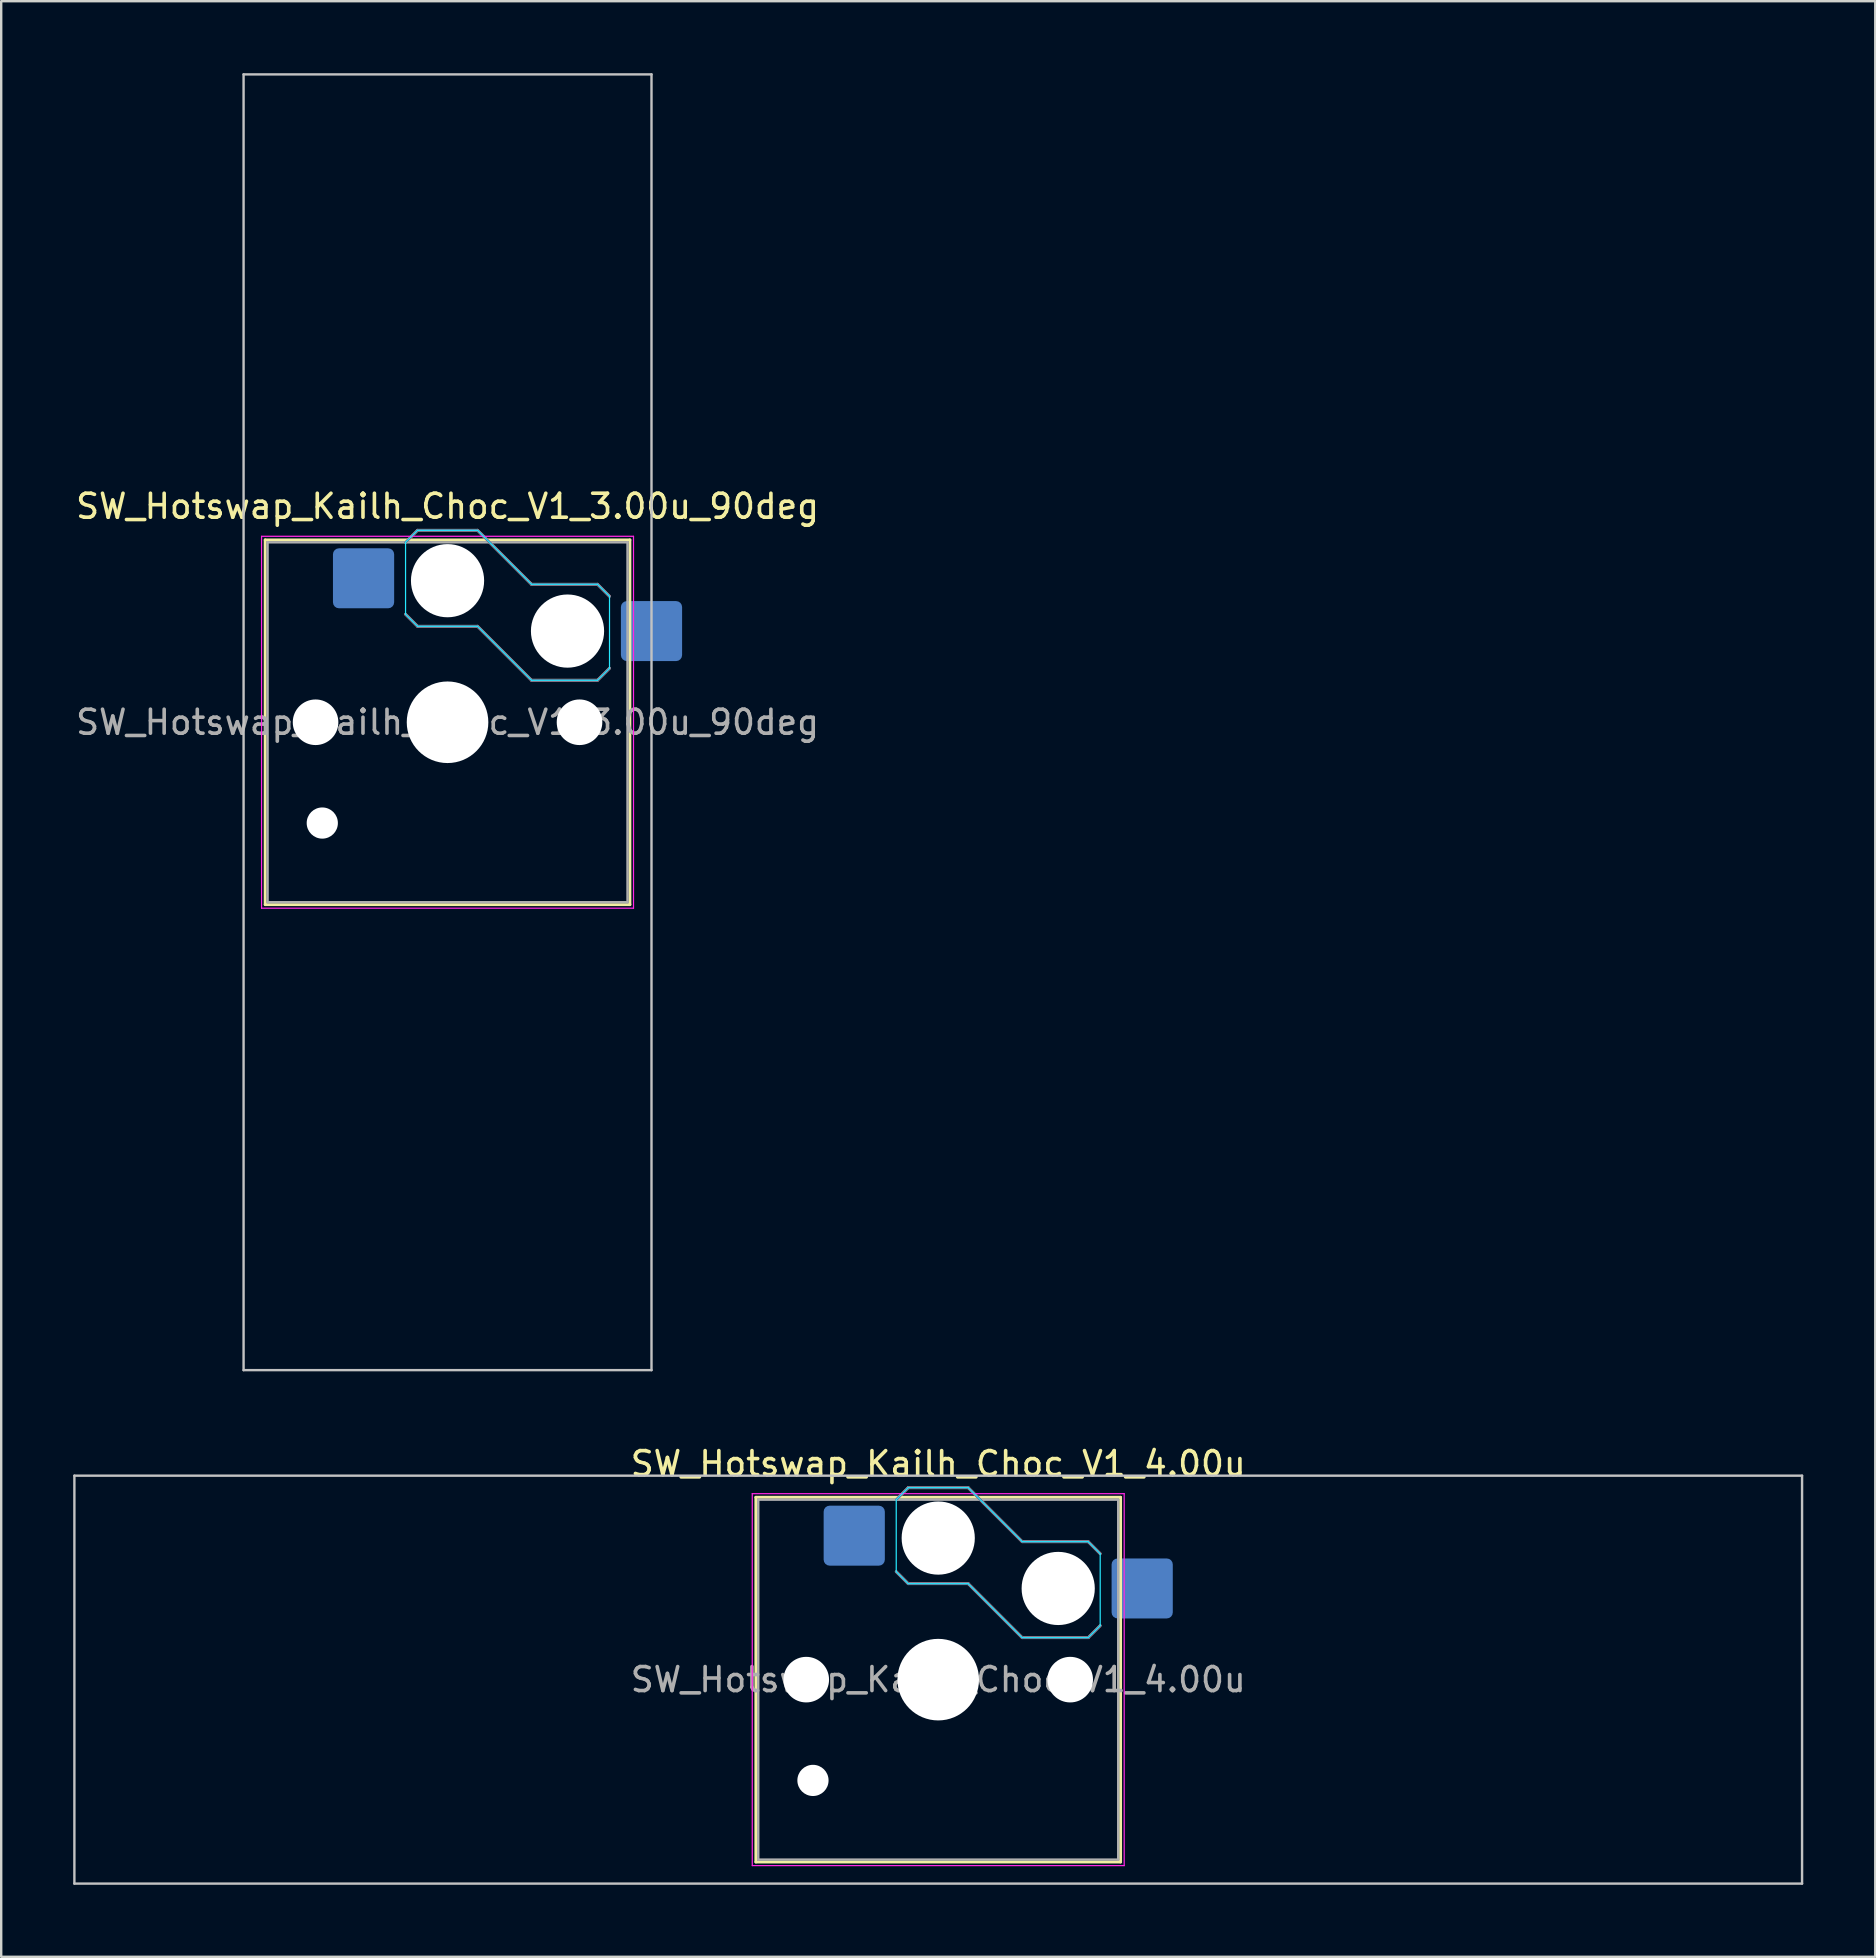
<source format=kicad_pcb>
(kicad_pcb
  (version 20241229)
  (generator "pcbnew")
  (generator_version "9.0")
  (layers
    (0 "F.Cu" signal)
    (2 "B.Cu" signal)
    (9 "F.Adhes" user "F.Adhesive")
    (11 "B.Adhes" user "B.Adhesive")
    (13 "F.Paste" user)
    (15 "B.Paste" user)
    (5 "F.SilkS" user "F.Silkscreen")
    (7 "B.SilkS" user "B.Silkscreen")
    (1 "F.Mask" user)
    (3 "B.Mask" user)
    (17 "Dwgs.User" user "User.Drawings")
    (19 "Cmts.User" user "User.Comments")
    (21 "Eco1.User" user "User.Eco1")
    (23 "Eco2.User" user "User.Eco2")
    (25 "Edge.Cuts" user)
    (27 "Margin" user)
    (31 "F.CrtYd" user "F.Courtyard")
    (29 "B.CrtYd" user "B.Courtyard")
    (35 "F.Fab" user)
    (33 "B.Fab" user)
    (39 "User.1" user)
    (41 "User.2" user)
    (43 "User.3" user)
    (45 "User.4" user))
  (footprint "SW_Hotswap_Kailh_Choc_V1_3.00u_90deg"
    (layer "F.Cu")
    (at 15.601 27.05)
    (property "Reference" "SW_Hotswap_Kailh_Choc_V1_3.00u_90deg" (at 0 -9 0) (layer "F.SilkS") (effects (font (size 1 1) (thickness 0.15))))
    (attr smd)
    (fp_line (start -7.6 -7.6) (end -7.6 7.6) (stroke (width 0.12) (type solid)) (layer "F.SilkS"))
    (fp_line (start -7.6 7.6) (end 7.6 7.6) (stroke (width 0.12) (type solid)) (layer "F.SilkS"))
    (fp_line (start 7.6 -7.6) (end -7.6 -7.6) (stroke (width 0.12) (type solid)) (layer "F.SilkS"))
    (fp_line (start 7.6 7.6) (end 7.6 -7.6) (stroke (width 0.12) (type solid)) (layer "F.SilkS"))
    (fp_line (start -1.75 -7.5) (end -1.25 -8) (stroke (width 0.12) (type solid)) (layer "B.SilkS"))
    (fp_line (start -1.25 -8) (end 1.25 -8) (stroke (width 0.12) (type solid)) (layer "B.SilkS"))
    (fp_line (start -1.25 -4) (end -1.75 -4.5) (stroke (width 0.12) (type solid)) (layer "B.SilkS"))
    (fp_line (start 1.25 -8) (end 3.5 -5.75) (stroke (width 0.12) (type solid)) (layer "B.SilkS"))
    (fp_line (start 1.25 -4) (end -1.25 -4) (stroke (width 0.12) (type solid)) (layer "B.SilkS"))
    (fp_line (start 3.5 -5.75) (end 6.25 -5.75) (stroke (width 0.12) (type solid)) (layer "B.SilkS"))
    (fp_line (start 3.5 -1.75) (end 1.25 -4) (stroke (width 0.12) (type solid)) (layer "B.SilkS"))
    (fp_line (start 6.25 -5.75) (end 6.75 -5.25) (stroke (width 0.12) (type solid)) (layer "B.SilkS"))
    (fp_line (start 6.25 -1.75) (end 3.5 -1.75) (stroke (width 0.12) (type solid)) (layer "B.SilkS"))
    (fp_line (start 6.75 -2.25) (end 6.25 -1.75) (stroke (width 0.12) (type solid)) (layer "B.SilkS"))
    (fp_line (start -8.5 -27) (end 8.5 -27) (stroke (width 0.1) (type solid)) (layer "Dwgs.User"))
    (fp_line (start -8.5 27) (end -8.5 -27) (stroke (width 0.1) (type solid)) (layer "Dwgs.User"))
    (fp_line (start 8.5 -27) (end 8.5 27) (stroke (width 0.1) (type solid)) (layer "Dwgs.User"))
    (fp_line (start 8.5 27) (end -8.5 27) (stroke (width 0.1) (type solid)) (layer "Dwgs.User"))
    (fp_line (start -7.25 -7.25) (end -7.25 7.25) (stroke (width 0.1) (type solid)) (layer "Eco1.User"))
    (fp_line (start -7.25 7.25) (end 7.25 7.25) (stroke (width 0.1) (type solid)) (layer "Eco1.User"))
    (fp_line (start 7.25 -7.25) (end -7.25 -7.25) (stroke (width 0.1) (type solid)) (layer "Eco1.User"))
    (fp_line (start 7.25 7.25) (end 7.25 -7.25) (stroke (width 0.1) (type solid)) (layer "Eco1.User"))
    (fp_line (start -1.75 -7.5) (end -1.25 -8) (stroke (width 0.05) (type solid)) (layer "B.CrtYd"))
    (fp_line (start -1.75 -4.5) (end -1.75 -7.5) (stroke (width 0.05) (type solid)) (layer "B.CrtYd"))
    (fp_line (start -1.25 -8) (end 1.25 -8) (stroke (width 0.05) (type solid)) (layer "B.CrtYd"))
    (fp_line (start -1.25 -4) (end -1.75 -4.5) (stroke (width 0.05) (type solid)) (layer "B.CrtYd"))
    (fp_line (start 1.25 -8) (end 3.5 -5.75) (stroke (width 0.05) (type solid)) (layer "B.CrtYd"))
    (fp_line (start 1.25 -4) (end -1.25 -4) (stroke (width 0.05) (type solid)) (layer "B.CrtYd"))
    (fp_line (start 3.5 -5.75) (end 6.25 -5.75) (stroke (width 0.05) (type solid)) (layer "B.CrtYd"))
    (fp_line (start 3.5 -1.75) (end 1.25 -4) (stroke (width 0.05) (type solid)) (layer "B.CrtYd"))
    (fp_line (start 6.25 -5.75) (end 6.75 -5.25) (stroke (width 0.05) (type solid)) (layer "B.CrtYd"))
    (fp_line (start 6.25 -1.75) (end 3.5 -1.75) (stroke (width 0.05) (type solid)) (layer "B.CrtYd"))
    (fp_line (start 6.75 -5.25) (end 6.75 -2.25) (stroke (width 0.05) (type solid)) (layer "B.CrtYd"))
    (fp_line (start 6.75 -2.25) (end 6.25 -1.75) (stroke (width 0.05) (type solid)) (layer "B.CrtYd"))
    (fp_line (start -7.75 -7.75) (end -7.75 7.75) (stroke (width 0.05) (type solid)) (layer "F.CrtYd"))
    (fp_line (start -7.75 7.75) (end 7.75 7.75) (stroke (width 0.05) (type solid)) (layer "F.CrtYd"))
    (fp_line (start 7.75 -7.75) (end -7.75 -7.75) (stroke (width 0.05) (type solid)) (layer "F.CrtYd"))
    (fp_line (start 7.75 7.75) (end 7.75 -7.75) (stroke (width 0.05) (type solid)) (layer "F.CrtYd"))
    (fp_line (start -1.75 -7.5) (end -1.25 -8) (stroke (width 0.1) (type solid)) (layer "B.Fab"))
    (fp_line (start -1.25 -8) (end 1.25 -8) (stroke (width 0.1) (type solid)) (layer "B.Fab"))
    (fp_line (start -1.25 -4) (end -1.75 -4.5) (stroke (width 0.1) (type solid)) (layer "B.Fab"))
    (fp_line (start 1.25 -8) (end 3.5 -5.75) (stroke (width 0.1) (type solid)) (layer "B.Fab"))
    (fp_line (start 1.25 -4) (end -1.25 -4) (stroke (width 0.1) (type solid)) (layer "B.Fab"))
    (fp_line (start 3.5 -5.75) (end 6.25 -5.75) (stroke (width 0.1) (type solid)) (layer "B.Fab"))
    (fp_line (start 3.5 -1.75) (end 1.25 -4) (stroke (width 0.1) (type solid)) (layer "B.Fab"))
    (fp_line (start 6.25 -5.75) (end 6.75 -5.25) (stroke (width 0.1) (type solid)) (layer "B.Fab"))
    (fp_line (start 6.25 -1.75) (end 3.5 -1.75) (stroke (width 0.1) (type solid)) (layer "B.Fab"))
    (fp_line (start 6.75 -2.25) (end 6.25 -1.75) (stroke (width 0.1) (type solid)) (layer "B.Fab"))
    (fp_line (start -7.5 -7.5) (end -7.5 7.5) (stroke (width 0.1) (type solid)) (layer "F.Fab"))
    (fp_line (start -7.5 7.5) (end 7.5 7.5) (stroke (width 0.1) (type solid)) (layer "F.Fab"))
    (fp_line (start 7.5 -7.5) (end -7.5 -7.5) (stroke (width 0.1) (type solid)) (layer "F.Fab"))
    (fp_line (start 7.5 7.5) (end 7.5 -7.5) (stroke (width 0.1) (type solid)) (layer "F.Fab"))
    (fp_text user "${REFERENCE}" (at 0 0 0) (layer "F.Fab") (effects (font (size 1 1) (thickness 0.15))))
    (pad "" np_thru_hole circle (at -5.5 0) (size 1.9 1.9) (drill 1.9) (layers "*.Cu" "*.Mask"))
    (pad "" np_thru_hole circle (at -5.22 4.2) (size 1.3 1.3) (drill 1.3) (layers "*.Cu" "*.Mask"))
    (pad "" np_thru_hole circle (at 0 -5.9) (size 3.05 3.05) (drill 3.05) (layers "*.Cu" "*.Mask"))
    (pad "" np_thru_hole circle (at 0 0) (size 3.4 3.4) (drill 3.4) (layers "*.Cu" "*.Mask"))
    (pad "" np_thru_hole circle (at 5 -3.8) (size 3.05 3.05) (drill 3.05) (layers "*.Cu" "*.Mask"))
    (pad "" np_thru_hole circle (at 5.5 0) (size 1.9 1.9) (drill 1.9) (layers "*.Cu" "*.Mask"))
    (pad "1" smd roundrect (at -3.5 -6) (size 2.55 2.5) (layers "B.Cu" "B.Mask" "B.Paste") (roundrect_rratio 0.1))
    (pad "2" smd roundrect (at 8.5 -3.8) (size 2.55 2.5) (layers "B.Cu" "B.Mask" "B.Paste") (roundrect_rratio 0.1)))
  (footprint "SW_Hotswap_Kailh_Choc_V1_4.00u"
    (layer "F.Cu")
    (at 36.05 66.948)
    (property "Reference" "SW_Hotswap_Kailh_Choc_V1_4.00u" (at 0 -9 0) (layer "F.SilkS") (effects (font (size 1 1) (thickness 0.15))))
    (attr smd)
    (fp_line (start -7.6 -7.6) (end -7.6 7.6) (stroke (width 0.12) (type solid)) (layer "F.SilkS"))
    (fp_line (start -7.6 7.6) (end 7.6 7.6) (stroke (width 0.12) (type solid)) (layer "F.SilkS"))
    (fp_line (start 7.6 -7.6) (end -7.6 -7.6) (stroke (width 0.12) (type solid)) (layer "F.SilkS"))
    (fp_line (start 7.6 7.6) (end 7.6 -7.6) (stroke (width 0.12) (type solid)) (layer "F.SilkS"))
    (fp_line (start -1.75 -7.5) (end -1.25 -8) (stroke (width 0.12) (type solid)) (layer "B.SilkS"))
    (fp_line (start -1.25 -8) (end 1.25 -8) (stroke (width 0.12) (type solid)) (layer "B.SilkS"))
    (fp_line (start -1.25 -4) (end -1.75 -4.5) (stroke (width 0.12) (type solid)) (layer "B.SilkS"))
    (fp_line (start 1.25 -8) (end 3.5 -5.75) (stroke (width 0.12) (type solid)) (layer "B.SilkS"))
    (fp_line (start 1.25 -4) (end -1.25 -4) (stroke (width 0.12) (type solid)) (layer "B.SilkS"))
    (fp_line (start 3.5 -5.75) (end 6.25 -5.75) (stroke (width 0.12) (type solid)) (layer "B.SilkS"))
    (fp_line (start 3.5 -1.75) (end 1.25 -4) (stroke (width 0.12) (type solid)) (layer "B.SilkS"))
    (fp_line (start 6.25 -5.75) (end 6.75 -5.25) (stroke (width 0.12) (type solid)) (layer "B.SilkS"))
    (fp_line (start 6.25 -1.75) (end 3.5 -1.75) (stroke (width 0.12) (type solid)) (layer "B.SilkS"))
    (fp_line (start 6.75 -2.25) (end 6.25 -1.75) (stroke (width 0.12) (type solid)) (layer "B.SilkS"))
    (fp_line (start -36 -8.5) (end -36 8.5) (stroke (width 0.1) (type solid)) (layer "Dwgs.User"))
    (fp_line (start -36 8.5) (end 36 8.5) (stroke (width 0.1) (type solid)) (layer "Dwgs.User"))
    (fp_line (start 36 -8.5) (end -36 -8.5) (stroke (width 0.1) (type solid)) (layer "Dwgs.User"))
    (fp_line (start 36 8.5) (end 36 -8.5) (stroke (width 0.1) (type solid)) (layer "Dwgs.User"))
    (fp_line (start -7.25 -7.25) (end -7.25 7.25) (stroke (width 0.1) (type solid)) (layer "Eco1.User"))
    (fp_line (start -7.25 7.25) (end 7.25 7.25) (stroke (width 0.1) (type solid)) (layer "Eco1.User"))
    (fp_line (start 7.25 -7.25) (end -7.25 -7.25) (stroke (width 0.1) (type solid)) (layer "Eco1.User"))
    (fp_line (start 7.25 7.25) (end 7.25 -7.25) (stroke (width 0.1) (type solid)) (layer "Eco1.User"))
    (fp_line (start -1.75 -7.5) (end -1.25 -8) (stroke (width 0.05) (type solid)) (layer "B.CrtYd"))
    (fp_line (start -1.75 -4.5) (end -1.75 -7.5) (stroke (width 0.05) (type solid)) (layer "B.CrtYd"))
    (fp_line (start -1.25 -8) (end 1.25 -8) (stroke (width 0.05) (type solid)) (layer "B.CrtYd"))
    (fp_line (start -1.25 -4) (end -1.75 -4.5) (stroke (width 0.05) (type solid)) (layer "B.CrtYd"))
    (fp_line (start 1.25 -8) (end 3.5 -5.75) (stroke (width 0.05) (type solid)) (layer "B.CrtYd"))
    (fp_line (start 1.25 -4) (end -1.25 -4) (stroke (width 0.05) (type solid)) (layer "B.CrtYd"))
    (fp_line (start 3.5 -5.75) (end 6.25 -5.75) (stroke (width 0.05) (type solid)) (layer "B.CrtYd"))
    (fp_line (start 3.5 -1.75) (end 1.25 -4) (stroke (width 0.05) (type solid)) (layer "B.CrtYd"))
    (fp_line (start 6.25 -5.75) (end 6.75 -5.25) (stroke (width 0.05) (type solid)) (layer "B.CrtYd"))
    (fp_line (start 6.25 -1.75) (end 3.5 -1.75) (stroke (width 0.05) (type solid)) (layer "B.CrtYd"))
    (fp_line (start 6.75 -5.25) (end 6.75 -2.25) (stroke (width 0.05) (type solid)) (layer "B.CrtYd"))
    (fp_line (start 6.75 -2.25) (end 6.25 -1.75) (stroke (width 0.05) (type solid)) (layer "B.CrtYd"))
    (fp_line (start -7.75 -7.75) (end -7.75 7.75) (stroke (width 0.05) (type solid)) (layer "F.CrtYd"))
    (fp_line (start -7.75 7.75) (end 7.75 7.75) (stroke (width 0.05) (type solid)) (layer "F.CrtYd"))
    (fp_line (start 7.75 -7.75) (end -7.75 -7.75) (stroke (width 0.05) (type solid)) (layer "F.CrtYd"))
    (fp_line (start 7.75 7.75) (end 7.75 -7.75) (stroke (width 0.05) (type solid)) (layer "F.CrtYd"))
    (fp_line (start -1.75 -7.5) (end -1.25 -8) (stroke (width 0.1) (type solid)) (layer "B.Fab"))
    (fp_line (start -1.25 -8) (end 1.25 -8) (stroke (width 0.1) (type solid)) (layer "B.Fab"))
    (fp_line (start -1.25 -4) (end -1.75 -4.5) (stroke (width 0.1) (type solid)) (layer "B.Fab"))
    (fp_line (start 1.25 -8) (end 3.5 -5.75) (stroke (width 0.1) (type solid)) (layer "B.Fab"))
    (fp_line (start 1.25 -4) (end -1.25 -4) (stroke (width 0.1) (type solid)) (layer "B.Fab"))
    (fp_line (start 3.5 -5.75) (end 6.25 -5.75) (stroke (width 0.1) (type solid)) (layer "B.Fab"))
    (fp_line (start 3.5 -1.75) (end 1.25 -4) (stroke (width 0.1) (type solid)) (layer "B.Fab"))
    (fp_line (start 6.25 -5.75) (end 6.75 -5.25) (stroke (width 0.1) (type solid)) (layer "B.Fab"))
    (fp_line (start 6.25 -1.75) (end 3.5 -1.75) (stroke (width 0.1) (type solid)) (layer "B.Fab"))
    (fp_line (start 6.75 -2.25) (end 6.25 -1.75) (stroke (width 0.1) (type solid)) (layer "B.Fab"))
    (fp_line (start -7.5 -7.5) (end -7.5 7.5) (stroke (width 0.1) (type solid)) (layer "F.Fab"))
    (fp_line (start -7.5 7.5) (end 7.5 7.5) (stroke (width 0.1) (type solid)) (layer "F.Fab"))
    (fp_line (start 7.5 -7.5) (end -7.5 -7.5) (stroke (width 0.1) (type solid)) (layer "F.Fab"))
    (fp_line (start 7.5 7.5) (end 7.5 -7.5) (stroke (width 0.1) (type solid)) (layer "F.Fab"))
    (fp_text user "${REFERENCE}" (at 0 0 0) (layer "F.Fab") (effects (font (size 1 1) (thickness 0.15))))
    (pad "" np_thru_hole circle (at -5.5 0) (size 1.9 1.9) (drill 1.9) (layers "*.Cu" "*.Mask"))
    (pad "" np_thru_hole circle (at -5.22 4.2) (size 1.3 1.3) (drill 1.3) (layers "*.Cu" "*.Mask"))
    (pad "" np_thru_hole circle (at 0 -5.9) (size 3.05 3.05) (drill 3.05) (layers "*.Cu" "*.Mask"))
    (pad "" np_thru_hole circle (at 0 0) (size 3.4 3.4) (drill 3.4) (layers "*.Cu" "*.Mask"))
    (pad "" np_thru_hole circle (at 5 -3.8) (size 3.05 3.05) (drill 3.05) (layers "*.Cu" "*.Mask"))
    (pad "" np_thru_hole circle (at 5.5 0) (size 1.9 1.9) (drill 1.9) (layers "*.Cu" "*.Mask"))
    (pad "1" smd roundrect (at -3.5 -6) (size 2.55 2.5) (layers "B.Cu" "B.Mask" "B.Paste") (roundrect_rratio 0.1))
    (pad "2" smd roundrect (at 8.5 -3.8) (size 2.55 2.5) (layers "B.Cu" "B.Mask" "B.Paste") (roundrect_rratio 0.1)))
  (gr_rect
    (start -3 -3)
    (end 75.1 78.498)
    (stroke (width 0.1) (type default))
    (fill no)
    (layer "Edge.Cuts")))
</source>
